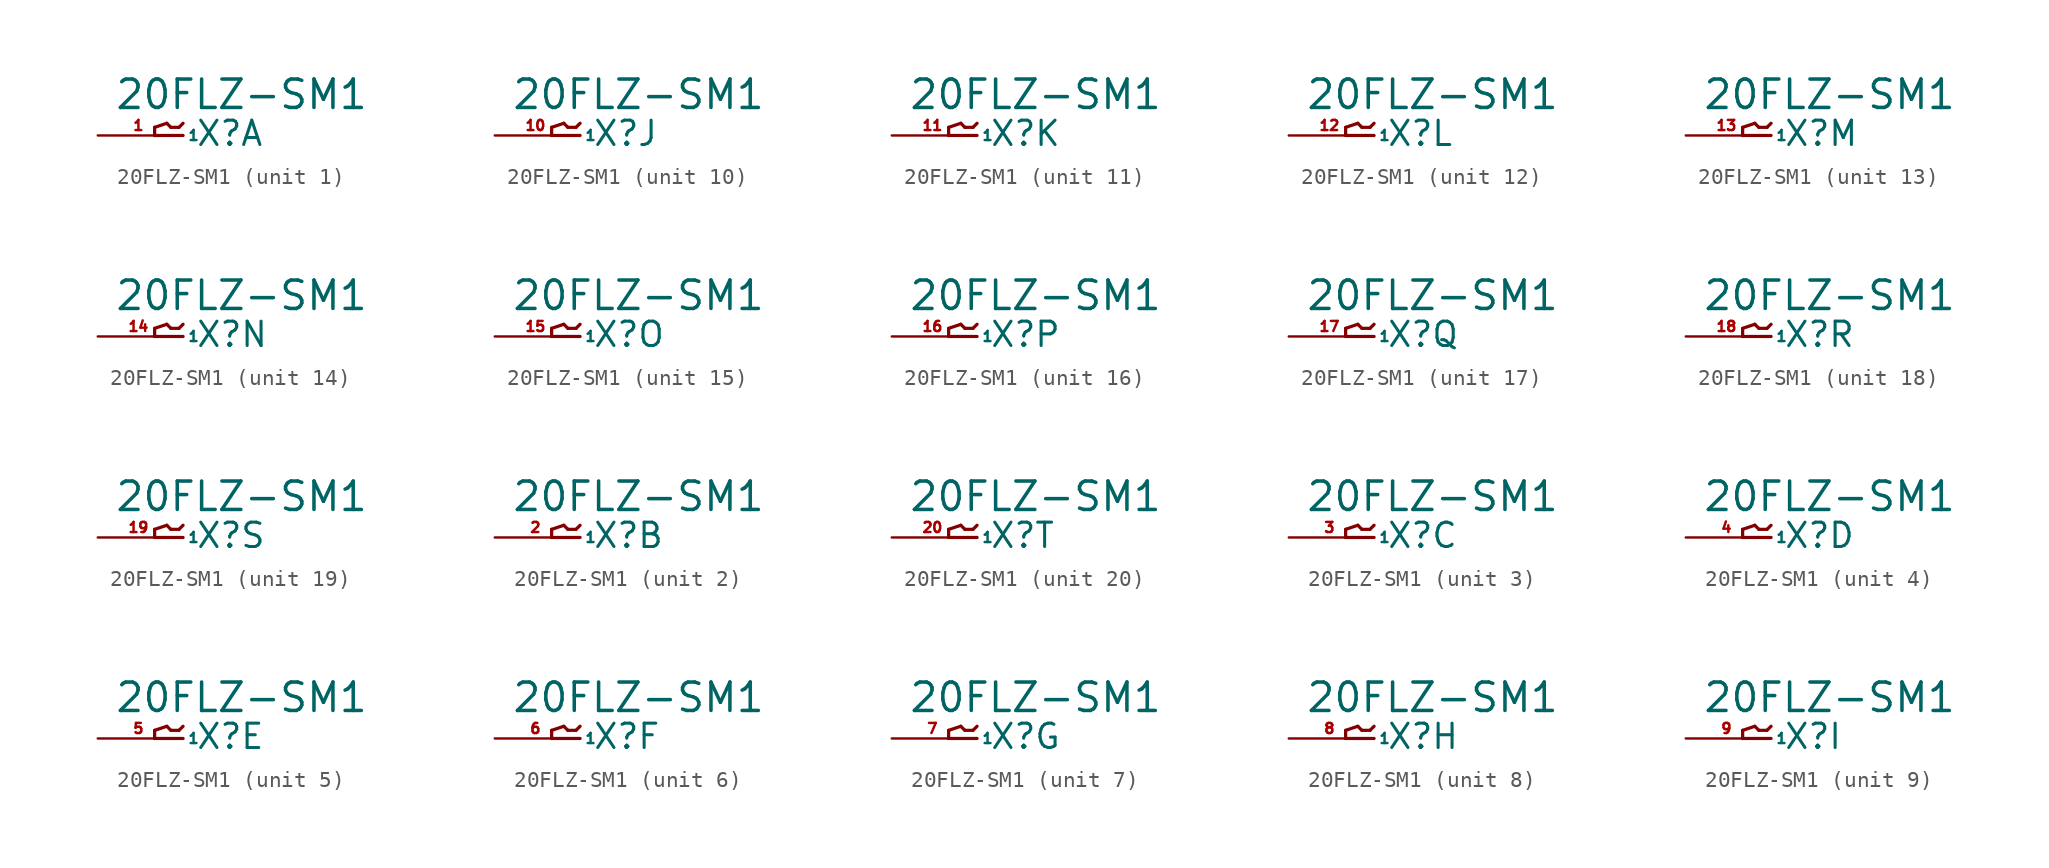
<source format=kicad_sym>
(kicad_symbol_lib
  (version 20220914)
  (generator Eagle2Kicad)
  (symbol "20FLZ-SM1"
    (property "Reference" "X"
      (at 1.016 -0.762 0)
      (effects (font (size 1.524 1.524) (thickness 0.19)) (justify left bottom)))
    (property "Value" "20FLZ-SM1"
      (at -4.064 1.524 0)
      (effects (font (size 1.778 1.778) (thickness 0.22)) (justify left bottom)))
    (symbol "20FLZ-SM1_1_0"
      (polyline (pts (xy 0.254 0) (xy -1.524 0)) (stroke (width 0.203) (type default)) (fill (type none)))
      (polyline (pts (xy -1.524 0) (xy -1.524 0.508)) (stroke (width 0.203) (type default)) (fill (type none)))
      (polyline (pts (xy -1.524 0.508) (xy -0.762 0.762)) (stroke (width 0.203) (type default)) (fill (type none)))
      (polyline (pts (xy -0.762 0.762) (xy -0.508 0.508)) (stroke (width 0.203) (type default)) (fill (type none)))
      (polyline (pts (xy -0.508 0.508) (xy 0 0.508)) (stroke (width 0.203) (type default)) (fill (type none)))
      (polyline (pts (xy 0 0.508) (xy 0.254 0.762)) (stroke (width 0.203) (type default)) (fill (type none)))
      (pin passive line (at -5.08 0 0) (length 5.08) (name "1" (effects (font (size 0.635 0.635) (thickness 0.08)) (justify left bottom))) (number "1" (effects (font (size 0.635 0.635) (thickness 0.08)) (justify left bottom)))))
    (symbol "20FLZ-SM1_2_0"
      (polyline (pts (xy 0.254 0) (xy -1.524 0)) (stroke (width 0.203) (type default)) (fill (type none)))
      (polyline (pts (xy -1.524 0) (xy -1.524 0.508)) (stroke (width 0.203) (type default)) (fill (type none)))
      (polyline (pts (xy -1.524 0.508) (xy -0.762 0.762)) (stroke (width 0.203) (type default)) (fill (type none)))
      (polyline (pts (xy -0.762 0.762) (xy -0.508 0.508)) (stroke (width 0.203) (type default)) (fill (type none)))
      (polyline (pts (xy -0.508 0.508) (xy 0 0.508)) (stroke (width 0.203) (type default)) (fill (type none)))
      (polyline (pts (xy 0 0.508) (xy 0.254 0.762)) (stroke (width 0.203) (type default)) (fill (type none)))
      (pin passive line (at -5.08 0 0) (length 5.08) (name "1" (effects (font (size 0.635 0.635) (thickness 0.08)) (justify left bottom))) (number "2" (effects (font (size 0.635 0.635) (thickness 0.08)) (justify left bottom)))))
    (symbol "20FLZ-SM1_3_0"
      (polyline (pts (xy 0.254 0) (xy -1.524 0)) (stroke (width 0.203) (type default)) (fill (type none)))
      (polyline (pts (xy -1.524 0) (xy -1.524 0.508)) (stroke (width 0.203) (type default)) (fill (type none)))
      (polyline (pts (xy -1.524 0.508) (xy -0.762 0.762)) (stroke (width 0.203) (type default)) (fill (type none)))
      (polyline (pts (xy -0.762 0.762) (xy -0.508 0.508)) (stroke (width 0.203) (type default)) (fill (type none)))
      (polyline (pts (xy -0.508 0.508) (xy 0 0.508)) (stroke (width 0.203) (type default)) (fill (type none)))
      (polyline (pts (xy 0 0.508) (xy 0.254 0.762)) (stroke (width 0.203) (type default)) (fill (type none)))
      (pin passive line (at -5.08 0 0) (length 5.08) (name "1" (effects (font (size 0.635 0.635) (thickness 0.08)) (justify left bottom))) (number "3" (effects (font (size 0.635 0.635) (thickness 0.08)) (justify left bottom)))))
    (symbol "20FLZ-SM1_4_0"
      (polyline (pts (xy 0.254 0) (xy -1.524 0)) (stroke (width 0.203) (type default)) (fill (type none)))
      (polyline (pts (xy -1.524 0) (xy -1.524 0.508)) (stroke (width 0.203) (type default)) (fill (type none)))
      (polyline (pts (xy -1.524 0.508) (xy -0.762 0.762)) (stroke (width 0.203) (type default)) (fill (type none)))
      (polyline (pts (xy -0.762 0.762) (xy -0.508 0.508)) (stroke (width 0.203) (type default)) (fill (type none)))
      (polyline (pts (xy -0.508 0.508) (xy 0 0.508)) (stroke (width 0.203) (type default)) (fill (type none)))
      (polyline (pts (xy 0 0.508) (xy 0.254 0.762)) (stroke (width 0.203) (type default)) (fill (type none)))
      (pin passive line (at -5.08 0 0) (length 5.08) (name "1" (effects (font (size 0.635 0.635) (thickness 0.08)) (justify left bottom))) (number "4" (effects (font (size 0.635 0.635) (thickness 0.08)) (justify left bottom)))))
    (symbol "20FLZ-SM1_5_0"
      (polyline (pts (xy 0.254 0) (xy -1.524 0)) (stroke (width 0.203) (type default)) (fill (type none)))
      (polyline (pts (xy -1.524 0) (xy -1.524 0.508)) (stroke (width 0.203) (type default)) (fill (type none)))
      (polyline (pts (xy -1.524 0.508) (xy -0.762 0.762)) (stroke (width 0.203) (type default)) (fill (type none)))
      (polyline (pts (xy -0.762 0.762) (xy -0.508 0.508)) (stroke (width 0.203) (type default)) (fill (type none)))
      (polyline (pts (xy -0.508 0.508) (xy 0 0.508)) (stroke (width 0.203) (type default)) (fill (type none)))
      (polyline (pts (xy 0 0.508) (xy 0.254 0.762)) (stroke (width 0.203) (type default)) (fill (type none)))
      (pin passive line (at -5.08 0 0) (length 5.08) (name "1" (effects (font (size 0.635 0.635) (thickness 0.08)) (justify left bottom))) (number "5" (effects (font (size 0.635 0.635) (thickness 0.08)) (justify left bottom)))))
    (symbol "20FLZ-SM1_6_0"
      (polyline (pts (xy 0.254 0) (xy -1.524 0)) (stroke (width 0.203) (type default)) (fill (type none)))
      (polyline (pts (xy -1.524 0) (xy -1.524 0.508)) (stroke (width 0.203) (type default)) (fill (type none)))
      (polyline (pts (xy -1.524 0.508) (xy -0.762 0.762)) (stroke (width 0.203) (type default)) (fill (type none)))
      (polyline (pts (xy -0.762 0.762) (xy -0.508 0.508)) (stroke (width 0.203) (type default)) (fill (type none)))
      (polyline (pts (xy -0.508 0.508) (xy 0 0.508)) (stroke (width 0.203) (type default)) (fill (type none)))
      (polyline (pts (xy 0 0.508) (xy 0.254 0.762)) (stroke (width 0.203) (type default)) (fill (type none)))
      (pin passive line (at -5.08 0 0) (length 5.08) (name "1" (effects (font (size 0.635 0.635) (thickness 0.08)) (justify left bottom))) (number "6" (effects (font (size 0.635 0.635) (thickness 0.08)) (justify left bottom)))))
    (symbol "20FLZ-SM1_7_0"
      (polyline (pts (xy 0.254 0) (xy -1.524 0)) (stroke (width 0.203) (type default)) (fill (type none)))
      (polyline (pts (xy -1.524 0) (xy -1.524 0.508)) (stroke (width 0.203) (type default)) (fill (type none)))
      (polyline (pts (xy -1.524 0.508) (xy -0.762 0.762)) (stroke (width 0.203) (type default)) (fill (type none)))
      (polyline (pts (xy -0.762 0.762) (xy -0.508 0.508)) (stroke (width 0.203) (type default)) (fill (type none)))
      (polyline (pts (xy -0.508 0.508) (xy 0 0.508)) (stroke (width 0.203) (type default)) (fill (type none)))
      (polyline (pts (xy 0 0.508) (xy 0.254 0.762)) (stroke (width 0.203) (type default)) (fill (type none)))
      (pin passive line (at -5.08 0 0) (length 5.08) (name "1" (effects (font (size 0.635 0.635) (thickness 0.08)) (justify left bottom))) (number "7" (effects (font (size 0.635 0.635) (thickness 0.08)) (justify left bottom)))))
    (symbol "20FLZ-SM1_8_0"
      (polyline (pts (xy 0.254 0) (xy -1.524 0)) (stroke (width 0.203) (type default)) (fill (type none)))
      (polyline (pts (xy -1.524 0) (xy -1.524 0.508)) (stroke (width 0.203) (type default)) (fill (type none)))
      (polyline (pts (xy -1.524 0.508) (xy -0.762 0.762)) (stroke (width 0.203) (type default)) (fill (type none)))
      (polyline (pts (xy -0.762 0.762) (xy -0.508 0.508)) (stroke (width 0.203) (type default)) (fill (type none)))
      (polyline (pts (xy -0.508 0.508) (xy 0 0.508)) (stroke (width 0.203) (type default)) (fill (type none)))
      (polyline (pts (xy 0 0.508) (xy 0.254 0.762)) (stroke (width 0.203) (type default)) (fill (type none)))
      (pin passive line (at -5.08 0 0) (length 5.08) (name "1" (effects (font (size 0.635 0.635) (thickness 0.08)) (justify left bottom))) (number "8" (effects (font (size 0.635 0.635) (thickness 0.08)) (justify left bottom)))))
    (symbol "20FLZ-SM1_9_0"
      (polyline (pts (xy 0.254 0) (xy -1.524 0)) (stroke (width 0.203) (type default)) (fill (type none)))
      (polyline (pts (xy -1.524 0) (xy -1.524 0.508)) (stroke (width 0.203) (type default)) (fill (type none)))
      (polyline (pts (xy -1.524 0.508) (xy -0.762 0.762)) (stroke (width 0.203) (type default)) (fill (type none)))
      (polyline (pts (xy -0.762 0.762) (xy -0.508 0.508)) (stroke (width 0.203) (type default)) (fill (type none)))
      (polyline (pts (xy -0.508 0.508) (xy 0 0.508)) (stroke (width 0.203) (type default)) (fill (type none)))
      (polyline (pts (xy 0 0.508) (xy 0.254 0.762)) (stroke (width 0.203) (type default)) (fill (type none)))
      (pin passive line (at -5.08 0 0) (length 5.08) (name "1" (effects (font (size 0.635 0.635) (thickness 0.08)) (justify left bottom))) (number "9" (effects (font (size 0.635 0.635) (thickness 0.08)) (justify left bottom)))))
    (symbol "20FLZ-SM1_10_0"
      (polyline (pts (xy 0.254 0) (xy -1.524 0)) (stroke (width 0.203) (type default)) (fill (type none)))
      (polyline (pts (xy -1.524 0) (xy -1.524 0.508)) (stroke (width 0.203) (type default)) (fill (type none)))
      (polyline (pts (xy -1.524 0.508) (xy -0.762 0.762)) (stroke (width 0.203) (type default)) (fill (type none)))
      (polyline (pts (xy -0.762 0.762) (xy -0.508 0.508)) (stroke (width 0.203) (type default)) (fill (type none)))
      (polyline (pts (xy -0.508 0.508) (xy 0 0.508)) (stroke (width 0.203) (type default)) (fill (type none)))
      (polyline (pts (xy 0 0.508) (xy 0.254 0.762)) (stroke (width 0.203) (type default)) (fill (type none)))
      (pin passive line (at -5.08 0 0) (length 5.08) (name "1" (effects (font (size 0.635 0.635) (thickness 0.08)) (justify left bottom))) (number "10" (effects (font (size 0.635 0.635) (thickness 0.08)) (justify left bottom)))))
    (symbol "20FLZ-SM1_11_0"
      (polyline (pts (xy 0.254 0) (xy -1.524 0)) (stroke (width 0.203) (type default)) (fill (type none)))
      (polyline (pts (xy -1.524 0) (xy -1.524 0.508)) (stroke (width 0.203) (type default)) (fill (type none)))
      (polyline (pts (xy -1.524 0.508) (xy -0.762 0.762)) (stroke (width 0.203) (type default)) (fill (type none)))
      (polyline (pts (xy -0.762 0.762) (xy -0.508 0.508)) (stroke (width 0.203) (type default)) (fill (type none)))
      (polyline (pts (xy -0.508 0.508) (xy 0 0.508)) (stroke (width 0.203) (type default)) (fill (type none)))
      (polyline (pts (xy 0 0.508) (xy 0.254 0.762)) (stroke (width 0.203) (type default)) (fill (type none)))
      (pin passive line (at -5.08 0 0) (length 5.08) (name "1" (effects (font (size 0.635 0.635) (thickness 0.08)) (justify left bottom))) (number "11" (effects (font (size 0.635 0.635) (thickness 0.08)) (justify left bottom)))))
    (symbol "20FLZ-SM1_12_0"
      (polyline (pts (xy 0.254 0) (xy -1.524 0)) (stroke (width 0.203) (type default)) (fill (type none)))
      (polyline (pts (xy -1.524 0) (xy -1.524 0.508)) (stroke (width 0.203) (type default)) (fill (type none)))
      (polyline (pts (xy -1.524 0.508) (xy -0.762 0.762)) (stroke (width 0.203) (type default)) (fill (type none)))
      (polyline (pts (xy -0.762 0.762) (xy -0.508 0.508)) (stroke (width 0.203) (type default)) (fill (type none)))
      (polyline (pts (xy -0.508 0.508) (xy 0 0.508)) (stroke (width 0.203) (type default)) (fill (type none)))
      (polyline (pts (xy 0 0.508) (xy 0.254 0.762)) (stroke (width 0.203) (type default)) (fill (type none)))
      (pin passive line (at -5.08 0 0) (length 5.08) (name "1" (effects (font (size 0.635 0.635) (thickness 0.08)) (justify left bottom))) (number "12" (effects (font (size 0.635 0.635) (thickness 0.08)) (justify left bottom)))))
    (symbol "20FLZ-SM1_13_0"
      (polyline (pts (xy 0.254 0) (xy -1.524 0)) (stroke (width 0.203) (type default)) (fill (type none)))
      (polyline (pts (xy -1.524 0) (xy -1.524 0.508)) (stroke (width 0.203) (type default)) (fill (type none)))
      (polyline (pts (xy -1.524 0.508) (xy -0.762 0.762)) (stroke (width 0.203) (type default)) (fill (type none)))
      (polyline (pts (xy -0.762 0.762) (xy -0.508 0.508)) (stroke (width 0.203) (type default)) (fill (type none)))
      (polyline (pts (xy -0.508 0.508) (xy 0 0.508)) (stroke (width 0.203) (type default)) (fill (type none)))
      (polyline (pts (xy 0 0.508) (xy 0.254 0.762)) (stroke (width 0.203) (type default)) (fill (type none)))
      (pin passive line (at -5.08 0 0) (length 5.08) (name "1" (effects (font (size 0.635 0.635) (thickness 0.08)) (justify left bottom))) (number "13" (effects (font (size 0.635 0.635) (thickness 0.08)) (justify left bottom)))))
    (symbol "20FLZ-SM1_14_0"
      (polyline (pts (xy 0.254 0) (xy -1.524 0)) (stroke (width 0.203) (type default)) (fill (type none)))
      (polyline (pts (xy -1.524 0) (xy -1.524 0.508)) (stroke (width 0.203) (type default)) (fill (type none)))
      (polyline (pts (xy -1.524 0.508) (xy -0.762 0.762)) (stroke (width 0.203) (type default)) (fill (type none)))
      (polyline (pts (xy -0.762 0.762) (xy -0.508 0.508)) (stroke (width 0.203) (type default)) (fill (type none)))
      (polyline (pts (xy -0.508 0.508) (xy 0 0.508)) (stroke (width 0.203) (type default)) (fill (type none)))
      (polyline (pts (xy 0 0.508) (xy 0.254 0.762)) (stroke (width 0.203) (type default)) (fill (type none)))
      (pin passive line (at -5.08 0 0) (length 5.08) (name "1" (effects (font (size 0.635 0.635) (thickness 0.08)) (justify left bottom))) (number "14" (effects (font (size 0.635 0.635) (thickness 0.08)) (justify left bottom)))))
    (symbol "20FLZ-SM1_15_0"
      (polyline (pts (xy 0.254 0) (xy -1.524 0)) (stroke (width 0.203) (type default)) (fill (type none)))
      (polyline (pts (xy -1.524 0) (xy -1.524 0.508)) (stroke (width 0.203) (type default)) (fill (type none)))
      (polyline (pts (xy -1.524 0.508) (xy -0.762 0.762)) (stroke (width 0.203) (type default)) (fill (type none)))
      (polyline (pts (xy -0.762 0.762) (xy -0.508 0.508)) (stroke (width 0.203) (type default)) (fill (type none)))
      (polyline (pts (xy -0.508 0.508) (xy 0 0.508)) (stroke (width 0.203) (type default)) (fill (type none)))
      (polyline (pts (xy 0 0.508) (xy 0.254 0.762)) (stroke (width 0.203) (type default)) (fill (type none)))
      (pin passive line (at -5.08 0 0) (length 5.08) (name "1" (effects (font (size 0.635 0.635) (thickness 0.08)) (justify left bottom))) (number "15" (effects (font (size 0.635 0.635) (thickness 0.08)) (justify left bottom)))))
    (symbol "20FLZ-SM1_16_0"
      (polyline (pts (xy 0.254 0) (xy -1.524 0)) (stroke (width 0.203) (type default)) (fill (type none)))
      (polyline (pts (xy -1.524 0) (xy -1.524 0.508)) (stroke (width 0.203) (type default)) (fill (type none)))
      (polyline (pts (xy -1.524 0.508) (xy -0.762 0.762)) (stroke (width 0.203) (type default)) (fill (type none)))
      (polyline (pts (xy -0.762 0.762) (xy -0.508 0.508)) (stroke (width 0.203) (type default)) (fill (type none)))
      (polyline (pts (xy -0.508 0.508) (xy 0 0.508)) (stroke (width 0.203) (type default)) (fill (type none)))
      (polyline (pts (xy 0 0.508) (xy 0.254 0.762)) (stroke (width 0.203) (type default)) (fill (type none)))
      (pin passive line (at -5.08 0 0) (length 5.08) (name "1" (effects (font (size 0.635 0.635) (thickness 0.08)) (justify left bottom))) (number "16" (effects (font (size 0.635 0.635) (thickness 0.08)) (justify left bottom)))))
    (symbol "20FLZ-SM1_17_0"
      (polyline (pts (xy 0.254 0) (xy -1.524 0)) (stroke (width 0.203) (type default)) (fill (type none)))
      (polyline (pts (xy -1.524 0) (xy -1.524 0.508)) (stroke (width 0.203) (type default)) (fill (type none)))
      (polyline (pts (xy -1.524 0.508) (xy -0.762 0.762)) (stroke (width 0.203) (type default)) (fill (type none)))
      (polyline (pts (xy -0.762 0.762) (xy -0.508 0.508)) (stroke (width 0.203) (type default)) (fill (type none)))
      (polyline (pts (xy -0.508 0.508) (xy 0 0.508)) (stroke (width 0.203) (type default)) (fill (type none)))
      (polyline (pts (xy 0 0.508) (xy 0.254 0.762)) (stroke (width 0.203) (type default)) (fill (type none)))
      (pin passive line (at -5.08 0 0) (length 5.08) (name "1" (effects (font (size 0.635 0.635) (thickness 0.08)) (justify left bottom))) (number "17" (effects (font (size 0.635 0.635) (thickness 0.08)) (justify left bottom)))))
    (symbol "20FLZ-SM1_18_0"
      (polyline (pts (xy 0.254 0) (xy -1.524 0)) (stroke (width 0.203) (type default)) (fill (type none)))
      (polyline (pts (xy -1.524 0) (xy -1.524 0.508)) (stroke (width 0.203) (type default)) (fill (type none)))
      (polyline (pts (xy -1.524 0.508) (xy -0.762 0.762)) (stroke (width 0.203) (type default)) (fill (type none)))
      (polyline (pts (xy -0.762 0.762) (xy -0.508 0.508)) (stroke (width 0.203) (type default)) (fill (type none)))
      (polyline (pts (xy -0.508 0.508) (xy 0 0.508)) (stroke (width 0.203) (type default)) (fill (type none)))
      (polyline (pts (xy 0 0.508) (xy 0.254 0.762)) (stroke (width 0.203) (type default)) (fill (type none)))
      (pin passive line (at -5.08 0 0) (length 5.08) (name "1" (effects (font (size 0.635 0.635) (thickness 0.08)) (justify left bottom))) (number "18" (effects (font (size 0.635 0.635) (thickness 0.08)) (justify left bottom)))))
    (symbol "20FLZ-SM1_19_0"
      (polyline (pts (xy 0.254 0) (xy -1.524 0)) (stroke (width 0.203) (type default)) (fill (type none)))
      (polyline (pts (xy -1.524 0) (xy -1.524 0.508)) (stroke (width 0.203) (type default)) (fill (type none)))
      (polyline (pts (xy -1.524 0.508) (xy -0.762 0.762)) (stroke (width 0.203) (type default)) (fill (type none)))
      (polyline (pts (xy -0.762 0.762) (xy -0.508 0.508)) (stroke (width 0.203) (type default)) (fill (type none)))
      (polyline (pts (xy -0.508 0.508) (xy 0 0.508)) (stroke (width 0.203) (type default)) (fill (type none)))
      (polyline (pts (xy 0 0.508) (xy 0.254 0.762)) (stroke (width 0.203) (type default)) (fill (type none)))
      (pin passive line (at -5.08 0 0) (length 5.08) (name "1" (effects (font (size 0.635 0.635) (thickness 0.08)) (justify left bottom))) (number "19" (effects (font (size 0.635 0.635) (thickness 0.08)) (justify left bottom)))))
    (symbol "20FLZ-SM1_20_0"
      (polyline (pts (xy 0.254 0) (xy -1.524 0)) (stroke (width 0.203) (type default)) (fill (type none)))
      (polyline (pts (xy -1.524 0) (xy -1.524 0.508)) (stroke (width 0.203) (type default)) (fill (type none)))
      (polyline (pts (xy -1.524 0.508) (xy -0.762 0.762)) (stroke (width 0.203) (type default)) (fill (type none)))
      (polyline (pts (xy -0.762 0.762) (xy -0.508 0.508)) (stroke (width 0.203) (type default)) (fill (type none)))
      (polyline (pts (xy -0.508 0.508) (xy 0 0.508)) (stroke (width 0.203) (type default)) (fill (type none)))
      (polyline (pts (xy 0 0.508) (xy 0.254 0.762)) (stroke (width 0.203) (type default)) (fill (type none)))
      (pin passive line (at -5.08 0 0) (length 5.08) (name "1" (effects (font (size 0.635 0.635) (thickness 0.08)) (justify left bottom))) (number "20" (effects (font (size 0.635 0.635) (thickness 0.08)) (justify left bottom)))))))
</source>
